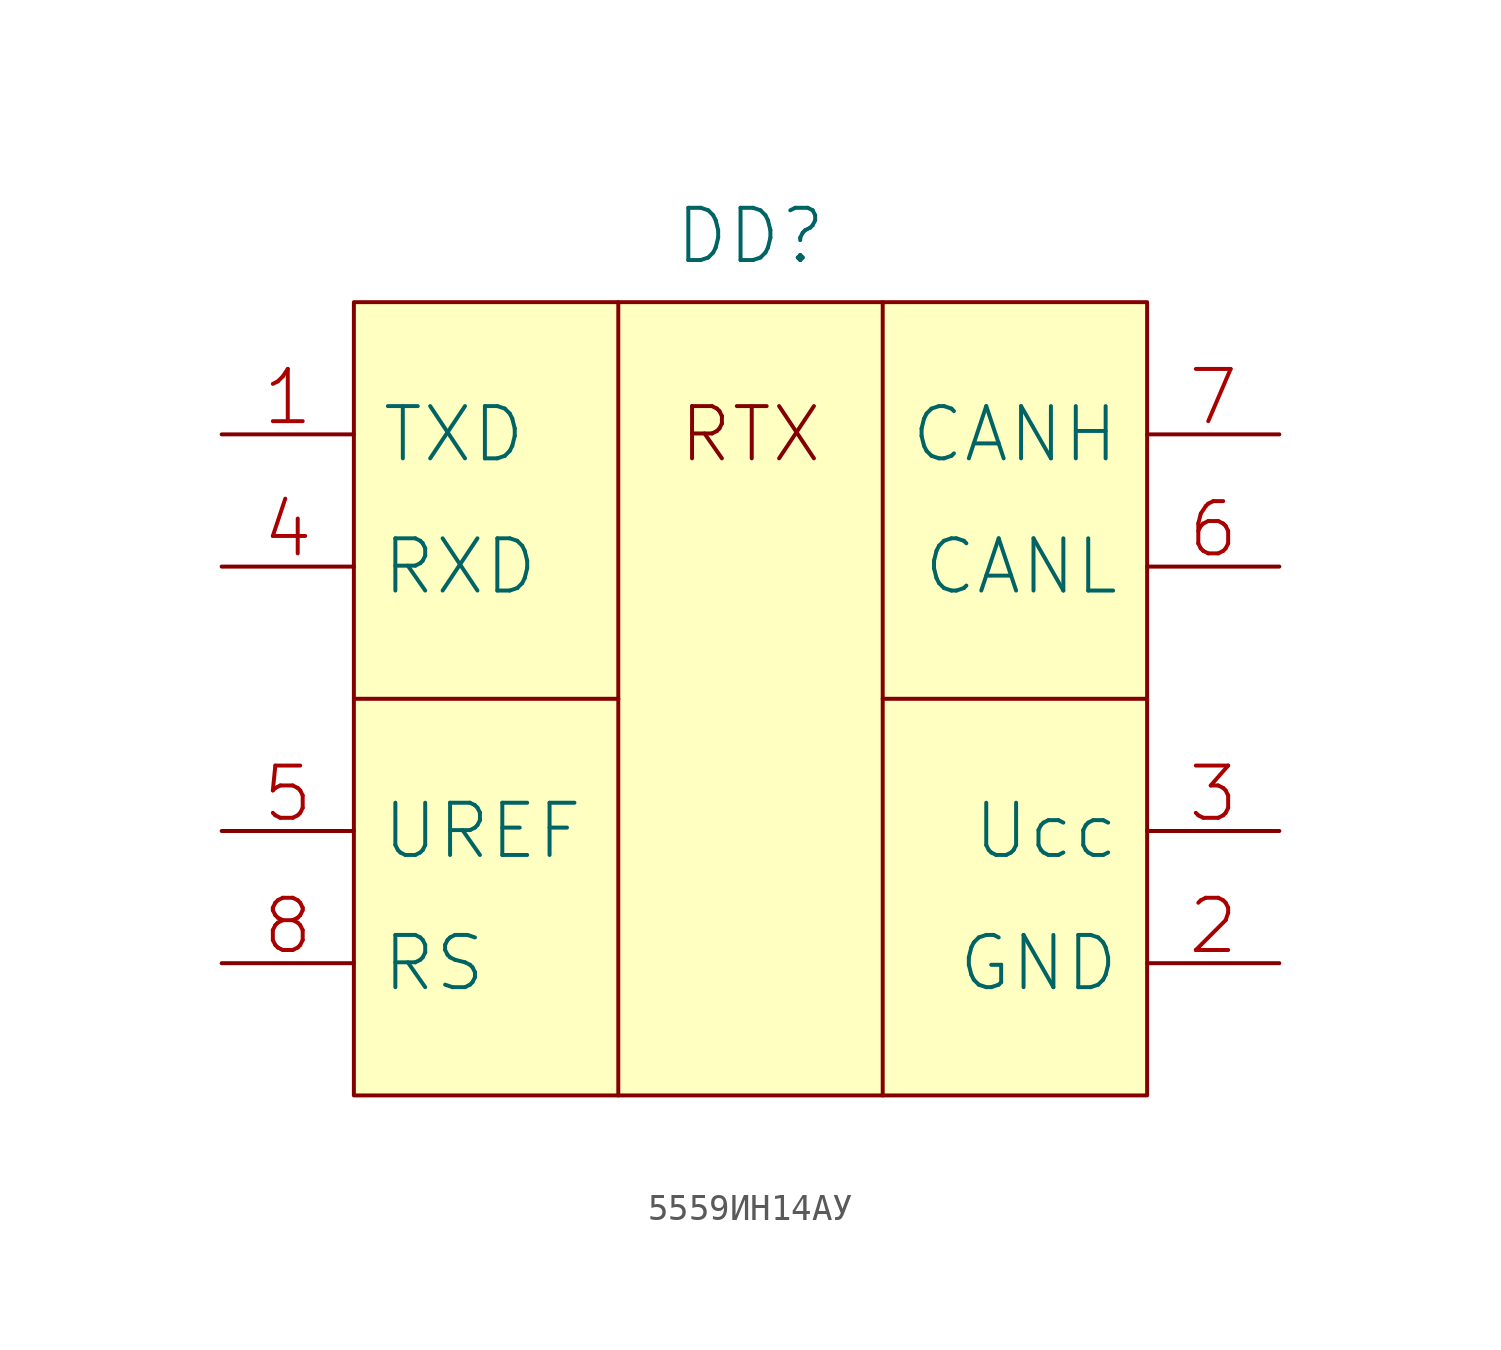
<source format=kicad_sym>
(kicad_symbol_lib
  (version 20231120)
  (generator "kicad_symbol_editor")
  (generator_version "8.0")
  (symbol "5559ИН14АУ"
    (pin_names
      (offset 1.016))
    (property "Reference" "DD"
      (at 0 17.78 0)
      (effects (font (size 2.007 2.007))))
    (symbol "5559ИН14АУ_0_0"
      (rectangle (start -15.24 15.24) (end 15.24 -15.24) (stroke (width 0) (type solid)) (fill (type background)))
      (polyline (pts (xy -15.24 0) (xy -5.08 0)) (stroke (width 0) (type solid)) (fill (type none)))
      (polyline (pts (xy -5.08 15.24) (xy -5.08 -15.24)) (stroke (width 0) (type solid)) (fill (type none)))
      (polyline (pts (xy 5.08 0) (xy 15.24 0)) (stroke (width 0) (type solid)) (fill (type none)))
      (polyline (pts (xy 5.08 15.24) (xy 5.08 -15.24)) (stroke (width 0) (type solid)) (fill (type none)))
      (text "RTX" (at 0 10.16 0) (effects (font (size 2.007 2.007)))))
    (symbol "5559ИН14АУ_1_1"
      (pin input line (at -20.32 10.16 0) (length 5.08) (name "TXD" (effects (font (size 2.007 2.007)))) (number "1" (effects (font (size 2.007 2.007)))))
      (pin power_in line (at 20.32 -10.16 180) (length 5.08) (name "GND" (effects (font (size 2.007 2.007)))) (number "2" (effects (font (size 2.007 2.007)))))
      (pin power_in line (at 20.32 -5.08 180) (length 5.08) (name "Ucc" (effects (font (size 2.007 2.007)))) (number "3" (effects (font (size 2.007 2.007)))))
      (pin output line (at -20.32 5.08 0) (length 5.08) (name "RXD" (effects (font (size 2.007 2.007)))) (number "4" (effects (font (size 2.007 2.007)))))
      (pin power_out line (at -20.32 -5.08 0) (length 5.08) (name "UREF" (effects (font (size 2.007 2.007)))) (number "5" (effects (font (size 2.007 2.007)))))
      (pin bidirectional line (at 20.32 5.08 180) (length 5.08) (name "CANL" (effects (font (size 2.007 2.007)))) (number "6" (effects (font (size 2.007 2.007)))))
      (pin bidirectional line (at 20.32 10.16 180) (length 5.08) (name "CANH" (effects (font (size 2.007 2.007)))) (number "7" (effects (font (size 2.007 2.007)))))
      (pin input line (at -20.32 -10.16 0) (length 5.08) (name "RS" (effects (font (size 2.007 2.007)))) (number "8" (effects (font (size 2.007 2.007))))))))
</source>
